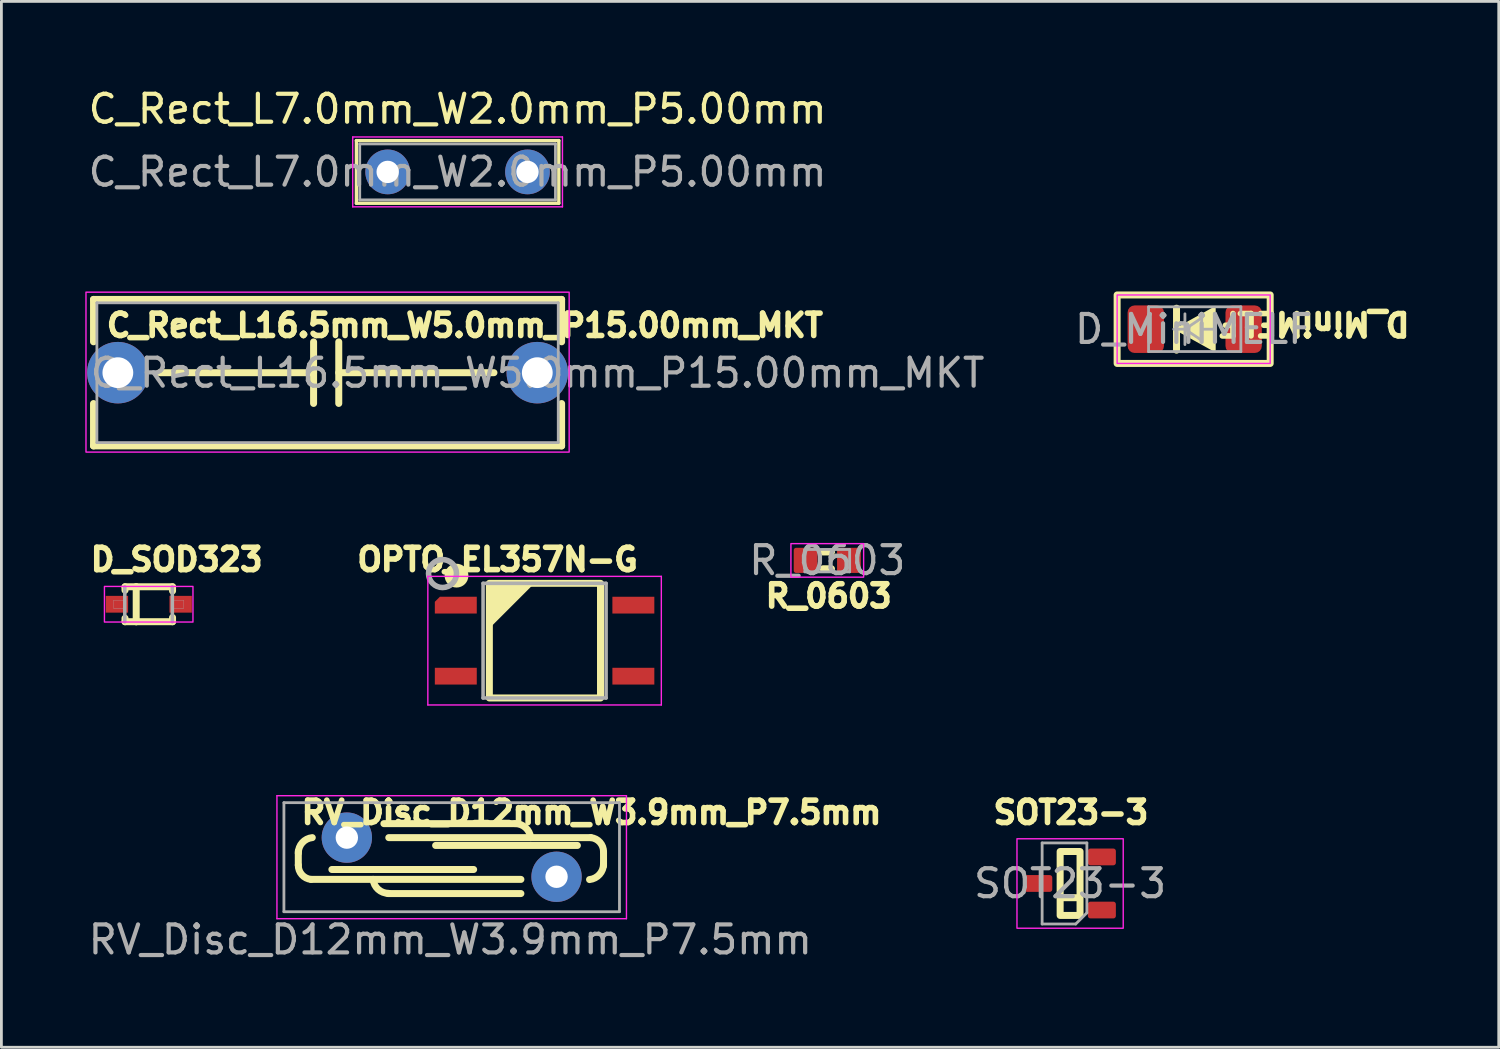
<source format=kicad_pcb>
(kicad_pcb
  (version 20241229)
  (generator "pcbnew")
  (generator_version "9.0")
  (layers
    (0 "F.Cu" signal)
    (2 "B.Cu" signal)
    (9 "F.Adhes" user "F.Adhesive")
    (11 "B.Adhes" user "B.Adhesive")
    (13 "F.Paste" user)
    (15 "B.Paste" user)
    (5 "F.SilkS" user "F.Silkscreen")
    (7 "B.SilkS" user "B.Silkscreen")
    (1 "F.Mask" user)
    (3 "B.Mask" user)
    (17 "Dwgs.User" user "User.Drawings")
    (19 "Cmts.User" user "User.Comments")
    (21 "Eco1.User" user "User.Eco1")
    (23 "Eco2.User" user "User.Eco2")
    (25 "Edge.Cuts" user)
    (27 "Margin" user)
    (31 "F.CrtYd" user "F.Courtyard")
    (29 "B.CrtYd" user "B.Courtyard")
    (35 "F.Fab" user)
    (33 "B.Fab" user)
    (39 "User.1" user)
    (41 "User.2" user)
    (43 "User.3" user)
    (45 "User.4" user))
  (footprint "SOT23-3"
    (layer "F.Cu")
    (at 35.22 28.546)
    (property "Reference" "SOT23-3" (at 0.03 -2.54 0) (unlocked yes) (layer "F.SilkS") (effects (font (size 0.8 0.8) (thickness 0.2) (bold yes))))
    (attr smd)
    (fp_line (start -0.318 0.508) (end 0.318 0.508) (stroke (width 0.25) (type default)) (layer "F.SilkS"))
    (fp_rect (start -0.356 -1.143) (end 0.356 1.143) (stroke (width 0.25) (type default)) (fill no) (layer "F.SilkS"))
    (fp_rect (start -1.9 -1.6) (end 1.9 1.6) (stroke (width 0.05) (type default)) (fill no) (layer "F.CrtYd"))
    (fp_line (start -1 -1.45) (end 0.6 -1.45) (stroke (width 0.1) (type solid)) (layer "F.Fab"))
    (fp_line (start -1 1.45) (end -1 -1.45) (stroke (width 0.1) (type solid)) (layer "F.Fab"))
    (fp_line (start 0.2 1.45) (end -1 1.45) (stroke (width 0.1) (type solid)) (layer "F.Fab"))
    (fp_line (start 0.6 -1.45) (end 0.6 1.05) (stroke (width 0.1) (type solid)) (layer "F.Fab"))
    (fp_line (start 0.6 1.05) (end 0.2 1.45) (stroke (width 0.1) (type solid)) (layer "F.Fab"))
    (fp_text user "${REFERENCE}" (at 0 0 0) (unlocked yes) (layer "F.Fab") (effects (font (size 1 1) (thickness 0.15))))
    (pad "1" smd roundrect (at 1.137 0.95 180) (size 1 0.6) (layers "F.Cu" "F.Mask" "F.Paste") (roundrect_rratio 0.15))
    (pad "2" smd roundrect (at 1.137 -0.95 180) (size 1 0.6) (layers "F.Cu" "F.Mask" "F.Paste") (roundrect_rratio 0.15))
    (pad "3" smd roundrect (at -1.137 0 180) (size 1 0.6) (layers "F.Cu" "F.Mask" "F.Paste") (roundrect_rratio 0.15)))
  (footprint "D_SOD323"
    (layer "F.Cu")
    (at 2.268 18.562)
    (property "Reference" "D_SOD323" (at 1 -1.6 180) (layer "F.SilkS") (effects (font (size 0.8 0.8) (thickness 0.2) (bold yes))))
    (attr smd)
    (fp_line (start -0.847 -0.627) (end -0.847 -0.502) (stroke (width 0.25) (type solid)) (layer "F.SilkS"))
    (fp_line (start -0.847 -0.627) (end -0.447 -0.627) (stroke (width 0.25) (type solid)) (layer "F.SilkS"))
    (fp_line (start -0.847 0.498) (end -0.847 0.623) (stroke (width 0.25) (type solid)) (layer "F.SilkS"))
    (fp_line (start -0.447 -0.627) (end 0.853 -0.627) (stroke (width 0.25) (type solid)) (layer "F.SilkS"))
    (fp_line (start -0.447 0.623) (end -0.847 0.623) (stroke (width 0.25) (type solid)) (layer "F.SilkS"))
    (fp_line (start -0.447 0.623) (end -0.447 -0.627) (stroke (width 0.25) (type solid)) (layer "F.SilkS"))
    (fp_line (start 0.853 -0.627) (end 0.853 -0.477) (stroke (width 0.25) (type solid)) (layer "F.SilkS"))
    (fp_line (start 0.853 0.473) (end 0.853 0.623) (stroke (width 0.25) (type solid)) (layer "F.SilkS"))
    (fp_line (start 0.853 0.623) (end -0.447 0.623) (stroke (width 0.25) (type solid)) (layer "F.SilkS"))
    (fp_rect (start -1.583 -0.64) (end 1.583 0.635) (stroke (width 0.05) (type solid)) (fill no) (layer "F.CrtYd"))
    (fp_line (start -0.855 0.625) (end -0.855 -0.625) (stroke (width 0.127) (type solid)) (layer "F.Fab"))
    (fp_line (start 0.845 -0.625) (end 0.845 0.625) (stroke (width 0.127) (type solid)) (layer "F.Fab"))
    (fp_poly (pts (xy -0.856 0.15) (xy -1.255 0.15) (xy -1.255 -0.15) (xy -0.856 -0.15)) (stroke (width 0.01) (type solid)) (fill no) (layer "F.Fab"))
    (fp_poly (pts (xy 1.246 0.15) (xy 0.845 0.15) (xy 0.845 -0.15) (xy 1.246 -0.15)) (stroke (width 0.01) (type solid)) (fill no) (layer "F.Fab"))
    (pad "1" smd rect (at 1.143 -0.002 180) (size 0.8 0.6) (layers "F.Cu" "F.Mask" "F.Paste"))
    (pad "2" smd rect (at -1.137 -0.002 180) (size 0.8 0.6) (layers "F.Cu" "F.Mask" "F.Paste")))
  (footprint "RV_Disc_D12mm_W3.9mm_P7.5mm"
    (layer "F.Cu")
    (at 9.354 26.906)
    (property "Reference" "RV_Disc_D12mm_W3.9mm_P7.5mm" (at 8.75 -0.9 0) (layer "F.SilkS") (effects (font (size 0.8 0.8) (thickness 0.2))))
    (attr through_hole)
    (fp_line (start -1.736 0.984) (end -1.736 0.484) (stroke (width 0.25) (type solid)) (layer "F.SilkS"))
    (fp_line (start 1.5 0) (end 8.725 0) (stroke (width 0.25) (type solid)) (layer "F.SilkS"))
    (fp_line (start 4.535 1.14) (end -0.535 1.14) (stroke (width 0.25) (type solid)) (layer "F.SilkS"))
    (fp_line (start 6.01 -0.5) (end 1.325 -0.5) (stroke (width 0.25) (type solid)) (layer "F.SilkS"))
    (fp_line (start 6.225 1.494) (end -1.281 1.494) (stroke (width 0.25) (type solid)) (layer "F.SilkS"))
    (fp_line (start 6.225 2) (end 1.465 2) (stroke (width 0.25) (type solid)) (layer "F.SilkS"))
    (fp_line (start 8.245 0.28) (end 3.175 0.28) (stroke (width 0.25) (type solid)) (layer "F.SilkS"))
    (fp_line (start 9.18 0.51) (end 9.18 1.01) (stroke (width 0.25) (type solid)) (layer "F.SilkS"))
    (fp_arc (start -1.735945 0.554055) (mid -1.59298 0.180435) (end -1.235945 0) (stroke (width 0.25) (type solid)) (layer "F.SilkS"))
    (fp_arc (start -1.280945 1.494054) (mid -1.607737 1.327639) (end -1.735945 0.984055) (stroke (width 0.25) (type solid)) (layer "F.SilkS"))
    (fp_arc (start 1.493647 1.992935) (mid 1.120028 1.849969) (end 0.939592 1.492935) (stroke (width 0.25) (type solid)) (layer "F.SilkS"))
    (fp_arc (start 6.02 -0.5) (mid 6.393625 -0.357037) (end 6.574055 0) (stroke (width 0.25) (type solid)) (layer "F.SilkS"))
    (fp_arc (start 8.725 0.000001) (mid 9.051813 0.166413) (end 9.18 0.51) (stroke (width 0.25) (type solid)) (layer "F.SilkS"))
    (fp_arc (start 9.18 0.94) (mid 9.037342 1.315842) (end 8.68 1.5) (stroke (width 0.25) (type solid)) (layer "F.SilkS"))
    (fp_line (start -2.5 -1.5) (end -2.5 2.9) (stroke (width 0.05) (type solid)) (layer "F.CrtYd"))
    (fp_line (start -2.5 -1.5) (end 10 -1.5) (stroke (width 0.05) (type solid)) (layer "F.CrtYd"))
    (fp_line (start -2.5 2.9) (end 10 2.9) (stroke (width 0.05) (type solid)) (layer "F.CrtYd"))
    (fp_line (start 10 -1.5) (end 10 2.9) (stroke (width 0.05) (type solid)) (layer "F.CrtYd"))
    (fp_line (start -2.25 -1.25) (end -2.25 2.65) (stroke (width 0.1) (type solid)) (layer "F.Fab"))
    (fp_line (start -2.25 -1.25) (end 9.75 -1.25) (stroke (width 0.1) (type solid)) (layer "F.Fab"))
    (fp_line (start -2.25 2.65) (end 9.75 2.65) (stroke (width 0.1) (type solid)) (layer "F.Fab"))
    (fp_line (start 9.75 -1.25) (end 9.75 2.65) (stroke (width 0.1) (type solid)) (layer "F.Fab"))
    (fp_text user "${REFERENCE}" (at 3.7 3.65 0) (layer "F.Fab") (effects (font (size 1 1) (thickness 0.15))))
    (pad "1" thru_hole circle (at 0 0) (size 1.8 1.8) (drill 0.8) (layers "*.Cu" "*.Mask"))
    (pad "2" thru_hole circle (at 7.5 1.4) (size 1.8 1.8) (drill 0.8) (layers "*.Cu" "*.Mask")))
  (footprint "C_Rect_L7.0mm_W2.0mm_P5.00mm"
    (layer "F.Cu")
    (at 10.815 3.098)
    (property "Reference" "C_Rect_L7.0mm_W2.0mm_P5.00mm" (at 2.5 -2.25 0) (layer "F.SilkS") (effects (font (size 1 1) (thickness 0.15))))
    (attr through_hole)
    (fp_line (start -1.12 -1.12) (end -1.12 1.12) (stroke (width 0.12) (type solid)) (layer "F.SilkS"))
    (fp_line (start -1.12 -1.12) (end 6.12 -1.12) (stroke (width 0.12) (type solid)) (layer "F.SilkS"))
    (fp_line (start -1.12 1.12) (end 6.12 1.12) (stroke (width 0.12) (type solid)) (layer "F.SilkS"))
    (fp_line (start 6.12 -1.12) (end 6.12 1.12) (stroke (width 0.12) (type solid)) (layer "F.SilkS"))
    (fp_line (start -1.25 -1.25) (end -1.25 1.25) (stroke (width 0.05) (type solid)) (layer "F.CrtYd"))
    (fp_line (start -1.25 1.25) (end 6.25 1.25) (stroke (width 0.05) (type solid)) (layer "F.CrtYd"))
    (fp_line (start 6.25 -1.25) (end -1.25 -1.25) (stroke (width 0.05) (type solid)) (layer "F.CrtYd"))
    (fp_line (start 6.25 1.25) (end 6.25 -1.25) (stroke (width 0.05) (type solid)) (layer "F.CrtYd"))
    (fp_line (start -1 -1) (end -1 1) (stroke (width 0.1) (type solid)) (layer "F.Fab"))
    (fp_line (start -1 1) (end 6 1) (stroke (width 0.1) (type solid)) (layer "F.Fab"))
    (fp_line (start 6 -1) (end -1 -1) (stroke (width 0.1) (type solid)) (layer "F.Fab"))
    (fp_line (start 6 1) (end 6 -1) (stroke (width 0.1) (type solid)) (layer "F.Fab"))
    (fp_text user "${REFERENCE}" (at 2.5 0 0) (layer "F.Fab") (effects (font (size 1 1) (thickness 0.15))))
    (pad "1" thru_hole circle (at 0 0) (size 1.6 1.6) (drill 0.8) (layers "*.Cu" "*.Mask"))
    (pad "2" thru_hole circle (at 5 0) (size 1.6 1.6) (drill 0.8) (layers "*.Cu" "*.Mask")))
  (footprint "OPTO_EL357N-G"
    (layer "F.Cu")
    (at 16.426 19.862)
    (property "Reference" "OPTO_EL357N-G" (at -1.68 -2.9 0) (layer "F.SilkS") (effects (font (size 0.8 0.8) (thickness 0.2))))
    (attr through_hole)
    (fp_rect (start -1.975 -2.05) (end 2 2.05) (stroke (width 0.25) (type solid)) (fill no) (layer "F.SilkS"))
    (fp_circle (center -3.15 -2.325) (end -2.825 -2.3) (stroke (width 0.2) (type solid)) (fill yes) (layer "F.SilkS"))
    (fp_poly (pts (xy -1.975 -2.05) (xy -0.45 -2.05) (xy -2 -0.5)) (stroke (width 0.12) (type solid)) (fill yes) (layer "F.SilkS"))
    (fp_line (start -4.175 -2.3) (end -4.175 2.3) (stroke (width 0.05) (type solid)) (layer "F.CrtYd"))
    (fp_line (start -4.175 2.3) (end 4.175 2.3) (stroke (width 0.05) (type solid)) (layer "F.CrtYd"))
    (fp_line (start 4.175 -2.3) (end -4.175 -2.3) (stroke (width 0.05) (type solid)) (layer "F.CrtYd"))
    (fp_line (start 4.175 2.3) (end 4.175 -2.3) (stroke (width 0.05) (type solid)) (layer "F.CrtYd"))
    (fp_line (start -2.2 -2.05) (end 2.2 -2.05) (stroke (width 0.127) (type solid)) (layer "F.Fab"))
    (fp_line (start -2.2 2.05) (end -2.2 -2.05) (stroke (width 0.127) (type solid)) (layer "F.Fab"))
    (fp_line (start 2.2 -2.05) (end 2.2 2.05) (stroke (width 0.127) (type solid)) (layer "F.Fab"))
    (fp_line (start 2.2 2.05) (end -2.2 2.05) (stroke (width 0.127) (type solid)) (layer "F.Fab"))
    (fp_circle (center -3.65 -2.4) (end -3.15 -2.4) (stroke (width 0.2) (type solid)) (fill no) (layer "F.Fab"))
    (pad "1" smd roundrect (at -3.175 -1.27) (size 1.5 0.6) (layers "F.Cu" "F.Mask" "F.Paste") (roundrect_rratio 0) (chamfer_ratio 0.3) (chamfer top_left))
    (pad "2" smd rect (at -3.175 1.27) (size 1.5 0.6) (layers "F.Cu" "F.Mask" "F.Paste"))
    (pad "3" smd rect (at 3.175 1.27) (size 1.5 0.6) (layers "F.Cu" "F.Mask" "F.Paste"))
    (pad "4" smd rect (at 3.175 -1.27) (size 1.5 0.6) (layers "F.Cu" "F.Mask" "F.Paste")))
  (footprint "R_0603"
    (layer "F.Cu")
    (at 26.536 16.991)
    (property "Reference" "R_0603" (at 0.05 1.275 0) (unlocked yes) (layer "F.SilkS") (effects (font (size 0.8 0.8) (thickness 0.2) (bold yes))))
    (attr smd)
    (fp_line (start -0.15 -0.3) (end 0.15 -0.3) (stroke (width 0.25) (type default)) (layer "F.SilkS"))
    (fp_line (start -0.15 0.3) (end 0.15 0.3) (stroke (width 0.25) (type default)) (layer "F.SilkS"))
    (fp_rect (start -1.3 -0.6) (end 1.3 0.6) (stroke (width 0.05) (type default)) (fill no) (layer "F.CrtYd"))
    (fp_line (start -0.8 -0.39) (end 0.8 -0.39) (stroke (width 0.1) (type solid)) (layer "F.Fab"))
    (fp_line (start -0.8 0.41) (end -0.8 -0.39) (stroke (width 0.1) (type solid)) (layer "F.Fab"))
    (fp_line (start 0.8 -0.39) (end 0.8 0.41) (stroke (width 0.1) (type solid)) (layer "F.Fab"))
    (fp_line (start 0.8 0.41) (end -0.8 0.41) (stroke (width 0.1) (type solid)) (layer "F.Fab"))
    (fp_text user "${REFERENCE}" (at 0 0 0) (unlocked yes) (layer "F.Fab") (effects (font (size 1 1) (thickness 0.15))))
    (pad "1" smd roundrect (at -0.775 0) (size 0.85 0.9) (layers "F.Cu" "F.Mask" "F.Paste") (roundrect_rratio 0.1))
    (pad "2" smd roundrect (at 0.775 0) (size 0.85 0.9) (layers "F.Cu" "F.Mask" "F.Paste") (roundrect_rratio 0.1)))
  (footprint "D_MiniMELF"
    (layer "F.Cu")
    (at 39.639 8.723)
    (property "Reference" "D_MiniMELF" (at 4.3 -0.2 180) (unlocked yes) (layer "F.SilkS") (effects (font (size 0.8 0.8) (thickness 0.2) (bold yes))))
    (attr smd)
    (fp_line (start -0.613 -0.75) (end -0.613 0.75) (stroke (width 0.25) (type default)) (layer "F.SilkS"))
    (fp_rect (start -2.737 -1.225) (end 2.737 1.225) (stroke (width 0.25) (type default)) (fill no) (layer "F.SilkS"))
    (fp_poly (pts (xy -0.613 0) (xy 0.738 -0.75) (xy 0.738 0.75)) (stroke (width 0.1) (type solid)) (fill yes) (layer "F.SilkS"))
    (fp_rect (start -2.737 -1.225) (end 2.737 1.225) (stroke (width 0.05) (type default)) (fill no) (layer "F.CrtYd"))
    (fp_line (start -1.613 -0.8) (end 1.688 -0.8) (stroke (width 0.1) (type solid)) (layer "F.Fab"))
    (fp_line (start -1.613 0.8) (end -1.613 -0.8) (stroke (width 0.1) (type solid)) (layer "F.Fab"))
    (fp_line (start -0.713 0) (end -0.312 0) (stroke (width 0.1) (type solid)) (layer "F.Fab"))
    (fp_line (start -0.312 0) (end -0.312 -0.55) (stroke (width 0.1) (type solid)) (layer "F.Fab"))
    (fp_line (start -0.312 0) (end -0.312 0.55) (stroke (width 0.1) (type solid)) (layer "F.Fab"))
    (fp_line (start -0.312 0) (end 0.287 -0.4) (stroke (width 0.1) (type solid)) (layer "F.Fab"))
    (fp_line (start 0.287 -0.4) (end 0.287 0.4) (stroke (width 0.1) (type solid)) (layer "F.Fab"))
    (fp_line (start 0.287 0) (end 0.787 0) (stroke (width 0.1) (type solid)) (layer "F.Fab"))
    (fp_line (start 0.287 0.4) (end -0.312 0) (stroke (width 0.1) (type solid)) (layer "F.Fab"))
    (fp_line (start 1.688 -0.8) (end 1.688 0.8) (stroke (width 0.1) (type solid)) (layer "F.Fab"))
    (fp_line (start 1.688 0.8) (end -1.613 0.8) (stroke (width 0.1) (type solid)) (layer "F.Fab"))
    (fp_text user "${REFERENCE}" (at 0 0 0) (unlocked yes) (layer "F.Fab") (effects (font (size 1 1) (thickness 0.15))))
    (pad "1" smd roundrect (at 1.788 0) (size 1.3 1.7) (layers "F.Cu" "F.Mask" "F.Paste") (roundrect_rratio 0.192))
    (pad "2" smd roundrect (at -1.712 0) (size 1.3 1.7) (layers "F.Cu" "F.Mask" "F.Paste") (roundrect_rratio 0.192)))
  (footprint "C_Rect_L16.5mm_W5.0mm_P15.00mm_MKT"
    (layer "F.Cu")
    (at 8.675 10.288)
    (property "Reference" "C_Rect_L16.5mm_W5.0mm_P15.00mm_MKT" (at 4.9 -1.7 180) (layer "F.SilkS") (effects (font (size 0.8 0.8) (thickness 0.2))))
    (attr through_hole)
    (fp_line (start -8.38 -2.63) (end -8.38 -1.114) (stroke (width 0.25) (type solid)) (layer "F.SilkS"))
    (fp_line (start -8.38 -2.63) (end 8.36 -2.63) (stroke (width 0.25) (type solid)) (layer "F.SilkS"))
    (fp_line (start -8.38 1.094) (end -8.38 2.61) (stroke (width 0.25) (type solid)) (layer "F.SilkS"))
    (fp_line (start -8.38 2.61) (end 8.36 2.61) (stroke (width 0.25) (type solid)) (layer "F.SilkS"))
    (fp_line (start -6.01 -0.01) (end -0.51 -0.01) (stroke (width 0.25) (type solid)) (layer "F.SilkS"))
    (fp_line (start -0.51 -1.11) (end -0.51 1.09) (stroke (width 0.25) (type solid)) (layer "F.SilkS"))
    (fp_line (start 0.39 -1.11) (end 0.39 1.09) (stroke (width 0.25) (type solid)) (layer "F.SilkS"))
    (fp_line (start 5.94 -0.01) (end 0.39 -0.01) (stroke (width 0.25) (type solid)) (layer "F.SilkS"))
    (fp_line (start 8.36 -2.63) (end 8.36 -1.114) (stroke (width 0.25) (type solid)) (layer "F.SilkS"))
    (fp_line (start 8.36 1.094) (end 8.36 2.61) (stroke (width 0.25) (type solid)) (layer "F.SilkS"))
    (fp_rect (start -8.65 -2.89) (end 8.63 2.83) (stroke (width 0.05) (type solid)) (fill no) (layer "F.CrtYd"))
    (fp_line (start -8.26 -2.51) (end -8.26 2.49) (stroke (width 0.1) (type solid)) (layer "F.Fab"))
    (fp_line (start -8.26 2.49) (end 8.24 2.49) (stroke (width 0.1) (type solid)) (layer "F.Fab"))
    (fp_line (start 8.24 -2.51) (end -8.26 -2.51) (stroke (width 0.1) (type solid)) (layer "F.Fab"))
    (fp_line (start 8.24 2.49) (end 8.24 -2.51) (stroke (width 0.1) (type solid)) (layer "F.Fab"))
    (fp_text user "${REFERENCE}" (at 7.5 0 180) (layer "F.Fab") (effects (font (size 1 1) (thickness 0.15))))
    (pad "1" thru_hole circle (at -7.51 -0.01) (size 2.2 2.2) (drill 1.1) (layers "*.Cu" "*.Mask"))
    (pad "2" thru_hole circle (at 7.49 -0.01) (size 2.2 2.2) (drill 1.1) (layers "*.Cu" "*.Mask")))
  (gr_rect
    (start -3 -3)
    (end 50.55 34.404)
    (stroke (width 0.1) (type default))
    (fill no)
    (layer "Edge.Cuts")))
</source>
